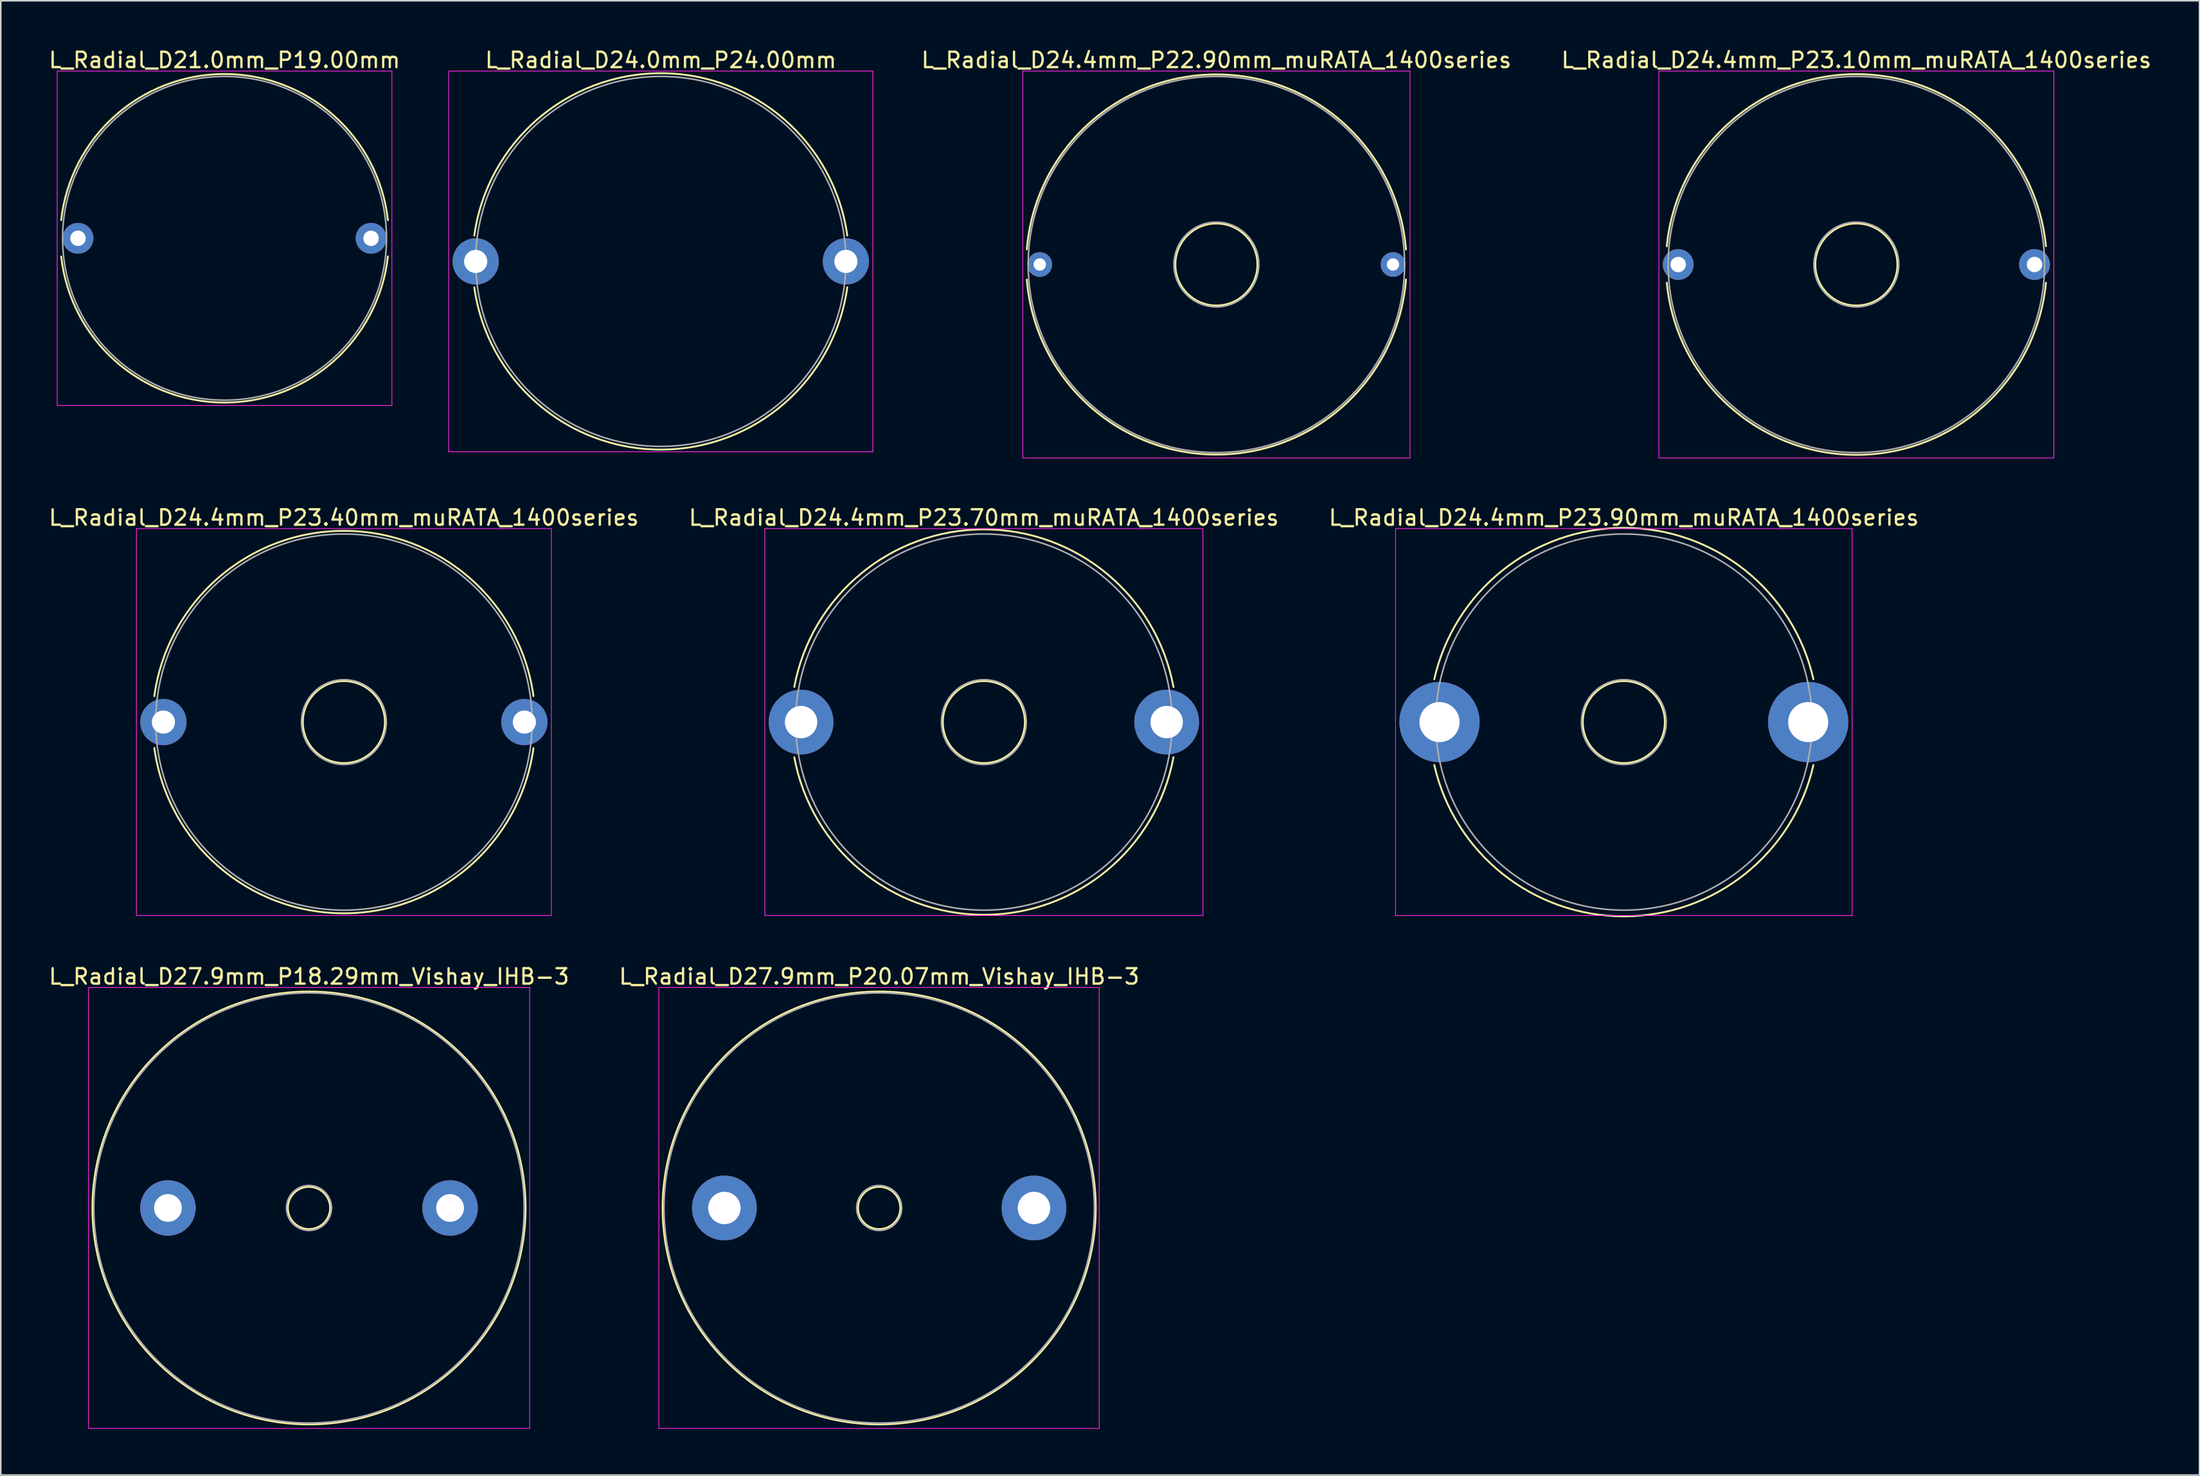
<source format=kicad_pcb>
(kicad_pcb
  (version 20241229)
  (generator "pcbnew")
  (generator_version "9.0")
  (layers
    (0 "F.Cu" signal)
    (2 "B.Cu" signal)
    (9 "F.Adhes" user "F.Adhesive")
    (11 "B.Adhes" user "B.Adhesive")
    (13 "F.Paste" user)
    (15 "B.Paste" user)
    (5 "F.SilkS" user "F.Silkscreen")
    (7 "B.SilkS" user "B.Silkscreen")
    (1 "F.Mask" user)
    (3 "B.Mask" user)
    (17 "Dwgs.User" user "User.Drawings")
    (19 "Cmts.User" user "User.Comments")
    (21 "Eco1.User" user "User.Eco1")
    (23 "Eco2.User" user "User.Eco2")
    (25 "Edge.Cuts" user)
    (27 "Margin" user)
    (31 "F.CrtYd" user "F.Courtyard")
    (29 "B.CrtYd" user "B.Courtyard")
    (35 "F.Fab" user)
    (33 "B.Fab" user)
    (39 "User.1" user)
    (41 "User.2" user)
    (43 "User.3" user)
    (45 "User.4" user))
  (footprint "L_Radial_D24.4mm_P23.40mm_muRATA_1400series"
    (layer "F.Cu")
    (at 7.544 43.791)
    (property "Reference" "L_Radial_D24.4mm_P23.40mm_muRATA_1400series" (at 11.7 -13.26 0) (layer "F.SilkS") (effects (font (size 1 1) (thickness 0.15))))
    (attr through_hole)
    (fp_arc (start -0.59 -1.68) (mid 11.696512 -12.404293) (end 23.989053 -1.686911) (stroke (width 0.12) (type solid)) (layer "F.SilkS"))
    (fp_arc (start 23.989053 1.686911) (mid 11.696512 12.404293) (end -0.59 1.68) (stroke (width 0.12) (type solid)) (layer "F.SilkS"))
    (fp_circle (center 11.7 0) (end 14.36 0) (stroke (width 0.12) (type solid)) (fill no) (layer "F.SilkS"))
    (fp_line (start -1.75 -12.55) (end -1.75 12.55) (stroke (width 0.05) (type solid)) (layer "F.CrtYd"))
    (fp_line (start -1.75 12.55) (end 25.15 12.55) (stroke (width 0.05) (type solid)) (layer "F.CrtYd"))
    (fp_line (start 25.15 -12.55) (end -1.75 -12.55) (stroke (width 0.05) (type solid)) (layer "F.CrtYd"))
    (fp_line (start 25.15 12.55) (end 25.15 -12.55) (stroke (width 0.05) (type solid)) (layer "F.CrtYd"))
    (fp_circle (center 11.7 0) (end 14.45 0) (stroke (width 0.1) (type solid)) (fill no) (layer "F.Fab"))
    (fp_circle (center 11.7 0) (end 23.9 0) (stroke (width 0.1) (type solid)) (fill no) (layer "F.Fab"))
    (pad "1" thru_hole circle (at 0 0) (size 3 3) (drill 1.5) (layers "*.Cu" "*.Mask"))
    (pad "2" thru_hole circle (at 23.4 0) (size 3 3) (drill 1.5) (layers "*.Cu" "*.Mask")))
  (footprint "L_Radial_D24.4mm_P22.90mm_muRATA_1400series"
    (layer "F.Cu")
    (at 64.356 14.108)
    (property "Reference" "L_Radial_D24.4mm_P22.90mm_muRATA_1400series" (at 11.45 -13.26 0) (layer "F.SilkS") (effects (font (size 1 1) (thickness 0.15))))
    (attr through_hole)
    (fp_arc (start -0.84 -0.98) (mid 11.451958 -12.32901) (end 23.740311 -0.976097) (stroke (width 0.12) (type solid)) (layer "F.SilkS"))
    (fp_arc (start 23.740311 0.976097) (mid 11.451958 12.329011) (end -0.84 0.98) (stroke (width 0.12) (type solid)) (layer "F.SilkS"))
    (fp_circle (center 11.45 0) (end 14.11 0) (stroke (width 0.12) (type solid)) (fill no) (layer "F.SilkS"))
    (fp_line (start -1.1 -12.55) (end -1.1 12.55) (stroke (width 0.05) (type solid)) (layer "F.CrtYd"))
    (fp_line (start -1.1 12.55) (end 24 12.55) (stroke (width 0.05) (type solid)) (layer "F.CrtYd"))
    (fp_line (start 24 -12.55) (end -1.1 -12.55) (stroke (width 0.05) (type solid)) (layer "F.CrtYd"))
    (fp_line (start 24 12.55) (end 24 -12.55) (stroke (width 0.05) (type solid)) (layer "F.CrtYd"))
    (fp_circle (center 11.45 0) (end 14.2 0) (stroke (width 0.1) (type solid)) (fill no) (layer "F.Fab"))
    (fp_circle (center 11.45 0) (end 23.65 0) (stroke (width 0.1) (type solid)) (fill no) (layer "F.Fab"))
    (pad "1" thru_hole circle (at 0 0) (size 1.6 1.6) (drill 0.8) (layers "*.Cu" "*.Mask"))
    (pad "2" thru_hole circle (at 22.9 0) (size 1.6 1.6) (drill 0.8) (layers "*.Cu" "*.Mask")))
  (footprint "L_Radial_D24.4mm_P23.70mm_muRATA_1400series"
    (layer "F.Cu")
    (at 48.882 43.791)
    (property "Reference" "L_Radial_D24.4mm_P23.70mm_muRATA_1400series" (at 11.85 -13.26 0) (layer "F.SilkS") (effects (font (size 1 1) (thickness 0.15))))
    (attr through_hole)
    (fp_arc (start -0.44 -2.28) (mid 11.852146 -12.4997) (end 24.140782 -2.275779) (stroke (width 0.12) (type solid)) (layer "F.SilkS"))
    (fp_arc (start 24.140782 2.275779) (mid 11.852146 12.4997) (end -0.44 2.28) (stroke (width 0.12) (type solid)) (layer "F.SilkS"))
    (fp_circle (center 11.85 0) (end 14.51 0) (stroke (width 0.12) (type solid)) (fill no) (layer "F.SilkS"))
    (fp_line (start -2.35 -12.55) (end -2.35 12.55) (stroke (width 0.05) (type solid)) (layer "F.CrtYd"))
    (fp_line (start -2.35 12.55) (end 26.05 12.55) (stroke (width 0.05) (type solid)) (layer "F.CrtYd"))
    (fp_line (start 26.05 -12.55) (end -2.35 -12.55) (stroke (width 0.05) (type solid)) (layer "F.CrtYd"))
    (fp_line (start 26.05 12.55) (end 26.05 -12.55) (stroke (width 0.05) (type solid)) (layer "F.CrtYd"))
    (fp_circle (center 11.85 0) (end 14.6 0) (stroke (width 0.1) (type solid)) (fill no) (layer "F.Fab"))
    (fp_circle (center 11.85 0) (end 24.05 0) (stroke (width 0.1) (type solid)) (fill no) (layer "F.Fab"))
    (pad "1" thru_hole circle (at 0 0) (size 4.2 4.2) (drill 2.1) (layers "*.Cu" "*.Mask"))
    (pad "2" thru_hole circle (at 23.7 0) (size 4.2 4.2) (drill 2.1) (layers "*.Cu" "*.Mask")))
  (footprint "L_Radial_D24.4mm_P23.90mm_muRATA_1400series"
    (layer "F.Cu")
    (at 90.27 43.791)
    (property "Reference" "L_Radial_D24.4mm_P23.90mm_muRATA_1400series" (at 11.95 -13.26 0) (layer "F.SilkS") (effects (font (size 1 1) (thickness 0.15))))
    (attr through_hole)
    (fp_arc (start -0.34 -2.78) (mid 11.94908 -12.600496) (end 24.239594 -2.781794) (stroke (width 0.12) (type solid)) (layer "F.SilkS"))
    (fp_arc (start 24.239594 2.781794) (mid 11.94908 12.600496) (end -0.34 2.78) (stroke (width 0.12) (type solid)) (layer "F.SilkS"))
    (fp_circle (center 11.95 0) (end 14.61 0) (stroke (width 0.12) (type solid)) (fill no) (layer "F.SilkS"))
    (fp_line (start -2.85 -12.55) (end -2.85 12.55) (stroke (width 0.05) (type solid)) (layer "F.CrtYd"))
    (fp_line (start -2.85 12.55) (end 26.75 12.55) (stroke (width 0.05) (type solid)) (layer "F.CrtYd"))
    (fp_line (start 26.75 -12.55) (end -2.85 -12.55) (stroke (width 0.05) (type solid)) (layer "F.CrtYd"))
    (fp_line (start 26.75 12.55) (end 26.75 -12.55) (stroke (width 0.05) (type solid)) (layer "F.CrtYd"))
    (fp_circle (center 11.95 0) (end 14.7 0) (stroke (width 0.1) (type solid)) (fill no) (layer "F.Fab"))
    (fp_circle (center 11.95 0) (end 24.15 0) (stroke (width 0.1) (type solid)) (fill no) (layer "F.Fab"))
    (pad "1" thru_hole circle (at 0 0) (size 5.2 5.2) (drill 2.6) (layers "*.Cu" "*.Mask"))
    (pad "2" thru_hole circle (at 23.9 0) (size 5.2 5.2) (drill 2.6) (layers "*.Cu" "*.Mask")))
  (footprint "L_Radial_D21.0mm_P19.00mm"
    (layer "F.Cu")
    (at 2.006 12.408)
    (property "Reference" "L_Radial_D21.0mm_P19.00mm" (at 9.5 -11.56 0) (layer "F.SilkS") (effects (font (size 1 1) (thickness 0.15))))
    (attr through_hole)
    (fp_arc (start -1.09 -1.18) (mid 9.501489 -10.655538) (end 20.090329 -1.177041) (stroke (width 0.12) (type solid)) (layer "F.SilkS"))
    (fp_arc (start 20.090329 1.177041) (mid 9.501489 10.655538) (end -1.09 1.18) (stroke (width 0.12) (type solid)) (layer "F.SilkS"))
    (fp_line (start -1.35 -10.85) (end -1.35 10.85) (stroke (width 0.05) (type solid)) (layer "F.CrtYd"))
    (fp_line (start -1.35 10.85) (end 20.35 10.85) (stroke (width 0.05) (type solid)) (layer "F.CrtYd"))
    (fp_line (start 20.35 -10.85) (end -1.35 -10.85) (stroke (width 0.05) (type solid)) (layer "F.CrtYd"))
    (fp_line (start 20.35 10.85) (end 20.35 -10.85) (stroke (width 0.05) (type solid)) (layer "F.CrtYd"))
    (fp_circle (center 9.5 0) (end 20 0) (stroke (width 0.1) (type solid)) (fill no) (layer "F.Fab"))
    (pad "1" thru_hole circle (at 0 0) (size 2 2) (drill 1) (layers "*.Cu" "*.Mask"))
    (pad "2" thru_hole circle (at 19 0) (size 2 2) (drill 1) (layers "*.Cu" "*.Mask")))
  (footprint "L_Radial_D24.0mm_P24.00mm"
    (layer "F.Cu")
    (at 27.787 13.908)
    (property "Reference" "L_Radial_D24.0mm_P24.00mm" (at 12 -13.06 0) (layer "F.SilkS") (effects (font (size 1 1) (thickness 0.15))))
    (attr through_hole)
    (fp_arc (start -0.09 -1.68) (mid 12.002351 -12.206166) (end 24.090646 -1.675342) (stroke (width 0.12) (type solid)) (layer "F.SilkS"))
    (fp_arc (start 24.090646 1.675342) (mid 12.002351 12.206166) (end -0.09 1.68) (stroke (width 0.12) (type solid)) (layer "F.SilkS"))
    (fp_line (start -1.75 -12.35) (end -1.75 12.35) (stroke (width 0.05) (type solid)) (layer "F.CrtYd"))
    (fp_line (start -1.75 12.35) (end 25.75 12.35) (stroke (width 0.05) (type solid)) (layer "F.CrtYd"))
    (fp_line (start 25.75 -12.35) (end -1.75 -12.35) (stroke (width 0.05) (type solid)) (layer "F.CrtYd"))
    (fp_line (start 25.75 12.35) (end 25.75 -12.35) (stroke (width 0.05) (type solid)) (layer "F.CrtYd"))
    (fp_circle (center 12 0) (end 24 0) (stroke (width 0.1) (type solid)) (fill no) (layer "F.Fab"))
    (pad "1" thru_hole circle (at 0 0) (size 3 3) (drill 1.5) (layers "*.Cu" "*.Mask"))
    (pad "2" thru_hole circle (at 24 0) (size 3 3) (drill 1.5) (layers "*.Cu" "*.Mask")))
  (footprint "L_Radial_D27.9mm_P18.29mm_Vishay_IHB-3"
    (layer "F.Cu")
    (at 7.837 75.31)
    (property "Reference" "L_Radial_D27.9mm_P18.29mm_Vishay_IHB-3" (at 9.145 -15.01 0) (layer "F.SilkS") (effects (font (size 1 1) (thickness 0.15))))
    (attr through_hole)
    (fp_circle (center 9.145 0) (end 10.515 0) (stroke (width 0.12) (type solid)) (fill no) (layer "F.SilkS"))
    (fp_circle (center 9.145 0) (end 23.185 0) (stroke (width 0.12) (type solid)) (fill no) (layer "F.SilkS"))
    (fp_line (start -5.15 -14.3) (end -5.15 14.3) (stroke (width 0.05) (type solid)) (layer "F.CrtYd"))
    (fp_line (start -5.15 14.3) (end 23.45 14.3) (stroke (width 0.05) (type solid)) (layer "F.CrtYd"))
    (fp_line (start 23.45 -14.3) (end -5.15 -14.3) (stroke (width 0.05) (type solid)) (layer "F.CrtYd"))
    (fp_line (start 23.45 14.3) (end 23.45 -14.3) (stroke (width 0.05) (type solid)) (layer "F.CrtYd"))
    (fp_circle (center 9.145 0) (end 10.605 0) (stroke (width 0.1) (type solid)) (fill no) (layer "F.Fab"))
    (fp_circle (center 9.145 0) (end 23.095 0) (stroke (width 0.1) (type solid)) (fill no) (layer "F.Fab"))
    (pad "1" thru_hole circle (at 0 0) (size 3.6 3.6) (drill 1.8) (layers "*.Cu" "*.Mask"))
    (pad "2" thru_hole circle (at 18.29 0) (size 3.6 3.6) (drill 1.8) (layers "*.Cu" "*.Mask")))
  (footprint "L_Radial_D24.4mm_P23.10mm_muRATA_1400series"
    (layer "F.Cu")
    (at 105.744 14.108)
    (property "Reference" "L_Radial_D24.4mm_P23.10mm_muRATA_1400series" (at 11.55 -13.26 0) (layer "F.SilkS") (effects (font (size 1 1) (thickness 0.15))))
    (attr through_hole)
    (fp_arc (start -0.74 -1.18) (mid 11.546623 -12.346517) (end 23.839353 -1.186722) (stroke (width 0.12) (type solid)) (layer "F.SilkS"))
    (fp_arc (start 23.839353 1.186722) (mid 11.546623 12.346518) (end -0.74 1.18) (stroke (width 0.12) (type solid)) (layer "F.SilkS"))
    (fp_circle (center 11.55 0) (end 14.21 0) (stroke (width 0.12) (type solid)) (fill no) (layer "F.SilkS"))
    (fp_line (start -1.25 -12.55) (end -1.25 12.55) (stroke (width 0.05) (type solid)) (layer "F.CrtYd"))
    (fp_line (start -1.25 12.55) (end 24.35 12.55) (stroke (width 0.05) (type solid)) (layer "F.CrtYd"))
    (fp_line (start 24.35 -12.55) (end -1.25 -12.55) (stroke (width 0.05) (type solid)) (layer "F.CrtYd"))
    (fp_line (start 24.35 12.55) (end 24.35 -12.55) (stroke (width 0.05) (type solid)) (layer "F.CrtYd"))
    (fp_circle (center 11.55 0) (end 14.3 0) (stroke (width 0.1) (type solid)) (fill no) (layer "F.Fab"))
    (fp_circle (center 11.55 0) (end 23.75 0) (stroke (width 0.1) (type solid)) (fill no) (layer "F.Fab"))
    (pad "1" thru_hole circle (at 0 0) (size 2 2) (drill 1) (layers "*.Cu" "*.Mask"))
    (pad "2" thru_hole circle (at 23.1 0) (size 2 2) (drill 1) (layers "*.Cu" "*.Mask")))
  (footprint "L_Radial_D27.9mm_P20.07mm_Vishay_IHB-3"
    (layer "F.Cu")
    (at 43.911 75.31)
    (property "Reference" "L_Radial_D27.9mm_P20.07mm_Vishay_IHB-3" (at 10.035 -15.01 0) (layer "F.SilkS") (effects (font (size 1 1) (thickness 0.15))))
    (attr through_hole)
    (fp_circle (center 10.035 0) (end 11.405 0) (stroke (width 0.12) (type solid)) (fill no) (layer "F.SilkS"))
    (fp_circle (center 10.035 0) (end 24.075 0) (stroke (width 0.12) (type solid)) (fill no) (layer "F.SilkS"))
    (fp_line (start -4.25 -14.3) (end -4.25 14.3) (stroke (width 0.05) (type solid)) (layer "F.CrtYd"))
    (fp_line (start -4.25 14.3) (end 24.3 14.3) (stroke (width 0.05) (type solid)) (layer "F.CrtYd"))
    (fp_line (start 24.3 -14.3) (end -4.25 -14.3) (stroke (width 0.05) (type solid)) (layer "F.CrtYd"))
    (fp_line (start 24.3 14.3) (end 24.3 -14.3) (stroke (width 0.05) (type solid)) (layer "F.CrtYd"))
    (fp_circle (center 10.035 0) (end 11.495 0) (stroke (width 0.1) (type solid)) (fill no) (layer "F.Fab"))
    (fp_circle (center 10.035 0) (end 23.985 0) (stroke (width 0.1) (type solid)) (fill no) (layer "F.Fab"))
    (pad "1" thru_hole circle (at 0 0) (size 4.2 4.2) (drill 2.1) (layers "*.Cu" "*.Mask"))
    (pad "2" thru_hole circle (at 20.07 0) (size 4.2 4.2) (drill 2.1) (layers "*.Cu" "*.Mask")))
  (gr_rect
    (start -3 -3)
    (end 139.538 92.635)
    (stroke (width 0.1) (type default))
    (fill no)
    (layer "Edge.Cuts")))
</source>
